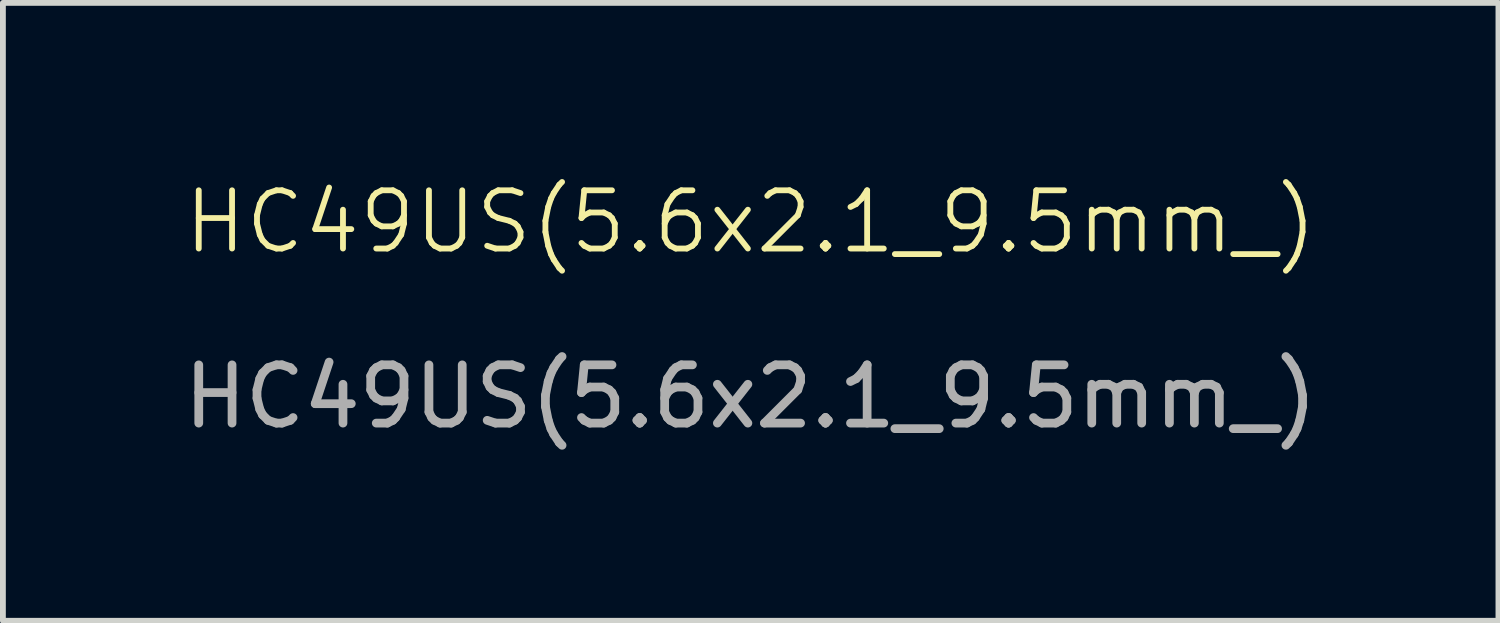
<source format=kicad_pcb>
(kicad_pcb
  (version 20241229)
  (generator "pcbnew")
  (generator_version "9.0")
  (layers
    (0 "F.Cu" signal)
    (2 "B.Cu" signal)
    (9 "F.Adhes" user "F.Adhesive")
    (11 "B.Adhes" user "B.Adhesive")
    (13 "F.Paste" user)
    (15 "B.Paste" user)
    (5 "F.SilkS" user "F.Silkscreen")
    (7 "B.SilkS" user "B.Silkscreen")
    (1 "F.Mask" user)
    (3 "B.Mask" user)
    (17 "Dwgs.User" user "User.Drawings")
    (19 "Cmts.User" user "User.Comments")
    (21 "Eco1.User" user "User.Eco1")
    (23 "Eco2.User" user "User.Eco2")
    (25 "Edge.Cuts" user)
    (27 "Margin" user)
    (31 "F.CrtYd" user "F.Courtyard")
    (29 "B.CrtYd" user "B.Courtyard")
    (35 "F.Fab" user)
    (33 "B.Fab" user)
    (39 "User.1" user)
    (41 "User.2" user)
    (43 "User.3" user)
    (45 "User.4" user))
  (footprint "HC49US(5.6x2.1_9.5mm_)"
    (layer "F.Cu")
    (at 9.839 1.26)
    (property "Reference" "HC49US(5.6x2.1_9.5mm_)" (at 0 -0.5 0) (unlocked yes) (layer "F.SilkS") (effects (font (size 1 1) (thickness 0.1))))
    (attr smd)
    (fp_text user "${REFERENCE}" (at 0 2.5 0) (unlocked yes) (layer "F.Fab") (effects (font (size 1 1) (thickness 0.15)))))
  (gr_rect
    (start -3 -3)
    (end 22.679 7.609)
    (stroke (width 0.1) (type default))
    (fill no)
    (layer "Edge.Cuts")))
</source>
